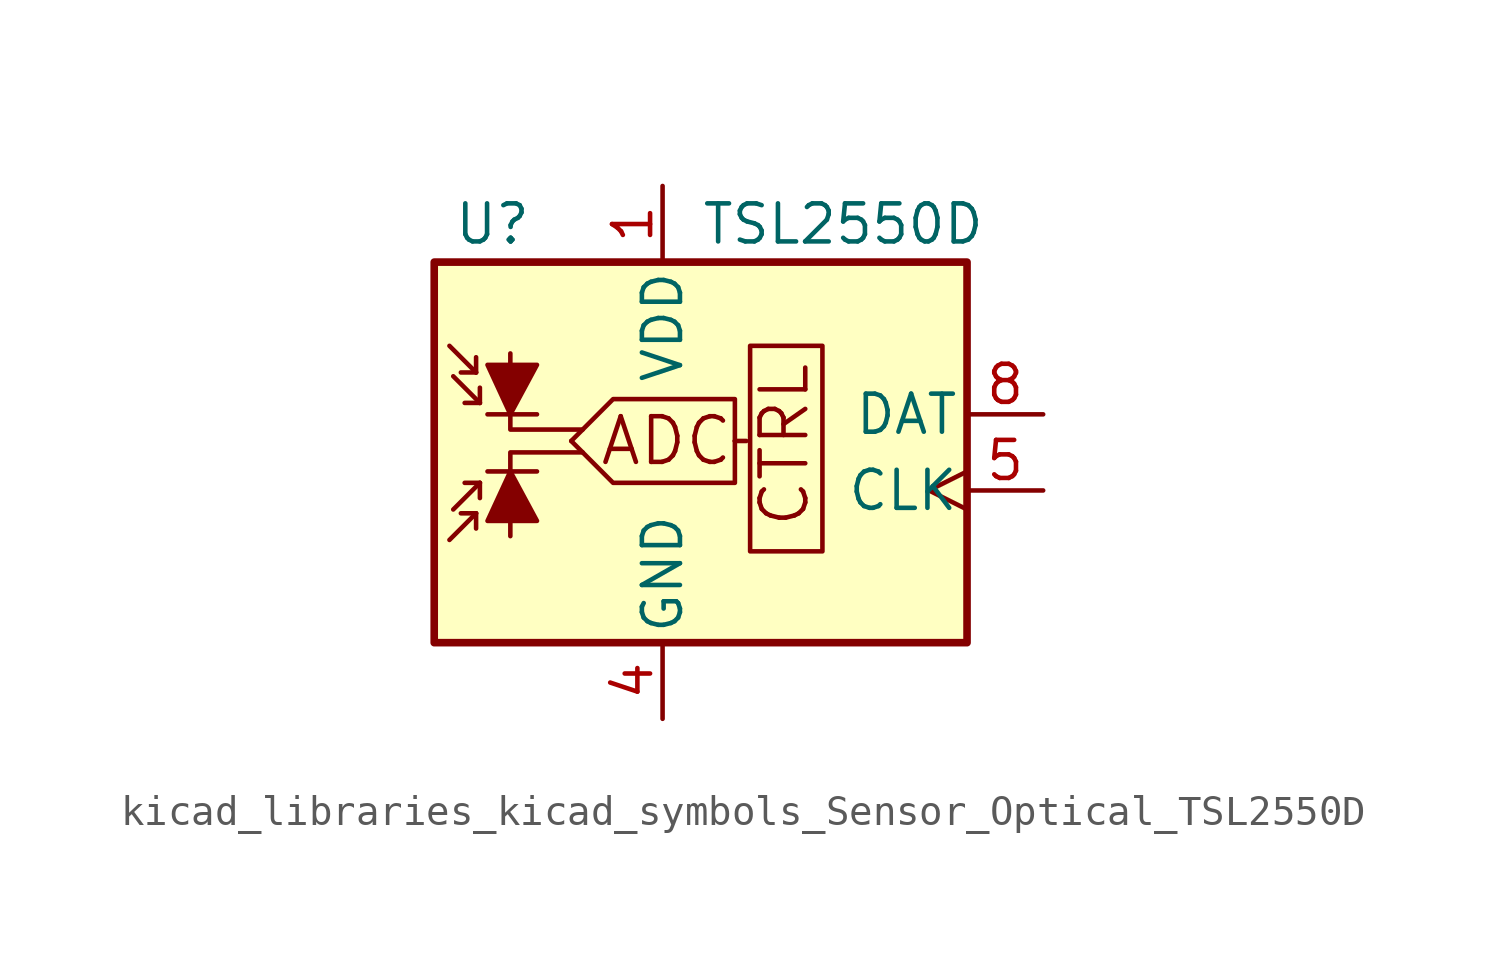
<source format=kicad_sym>
(kicad_symbol_lib
  (version 20220914)
  (generator kicad_symbol_editor)
  (symbol "kicad_libraries_kicad_symbols_Sensor_Optical_TSL2550D"
    (pin_names
      (offset 0.254))
    (property "Reference" "U"
      (at -6.985 6.35 0)
      (effects (font (size 1.27 1.27)) (justify left)))
    (property "Value" "TSL2550D"
      (at 1.27 6.35 0)
      (effects (font (size 1.27 1.27)) (justify left)))
    (symbol "kicad_libraries_kicad_symbols_Sensor_Optical_TSL2550D_0_0"
      (polyline (pts (xy 2.413 -0.889) (xy 2.794 -0.889)) (stroke (width 0) (type default)) (fill (type none)))
      (polyline (pts (xy -5.08 -4.064) (xy -5.08 -1.27) (xy -2.667 -1.27)) (stroke (width 0) (type default)) (fill (type none)))
      (polyline (pts (xy -5.08 2.032) (xy -5.08 -0.508) (xy -2.667 -0.508)) (stroke (width 0) (type default)) (fill (type none)))
      (polyline (pts (xy -3.048 -0.889) (xy -1.651 -2.286) (xy 2.413 -2.286) (xy 2.413 -0.889)) (stroke (width 0) (type default)) (fill (type none)))
      (polyline (pts (xy -3.048 -0.889) (xy -1.651 0.508) (xy 2.413 0.508) (xy 2.413 -0.889)) (stroke (width 0) (type default)) (fill (type none)))
      (rectangle (start 2.921 2.286) (end 5.334 -4.572) (stroke (width 0) (type default)) (fill (type none)))
      (text "ADC" (at 0.127 -0.889 0) (effects (font (size 1.524 1.524))))
      (text "CTRL" (at 4.064 -1.016 900) (effects (font (size 1.524 1.524)))))
    (symbol "kicad_libraries_kicad_symbols_Sensor_Optical_TSL2550D_0_1"
      (polyline (pts (xy -6.223 -3.302) (xy -7.112 -4.191)) (stroke (width 0) (type default)) (fill (type none)))
      (polyline (pts (xy -6.223 -3.302) (xy -6.731 -3.302)) (stroke (width 0) (type default)) (fill (type none)))
      (polyline (pts (xy -6.223 -3.302) (xy -6.223 -3.81)) (stroke (width 0) (type default)) (fill (type none)))
      (polyline (pts (xy -6.223 1.397) (xy -7.112 2.286)) (stroke (width 0) (type default)) (fill (type none)))
      (polyline (pts (xy -6.223 1.397) (xy -6.731 1.397)) (stroke (width 0) (type default)) (fill (type none)))
      (polyline (pts (xy -6.223 1.397) (xy -6.223 1.905)) (stroke (width 0) (type default)) (fill (type none)))
      (polyline (pts (xy -6.096 -2.286) (xy -6.985 -3.175)) (stroke (width 0) (type default)) (fill (type none)))
      (polyline (pts (xy -6.096 -2.286) (xy -6.604 -2.286)) (stroke (width 0) (type default)) (fill (type none)))
      (polyline (pts (xy -6.096 -2.286) (xy -6.096 -2.794)) (stroke (width 0) (type default)) (fill (type none)))
      (polyline (pts (xy -6.096 0.381) (xy -6.985 1.27)) (stroke (width 0) (type default)) (fill (type none)))
      (polyline (pts (xy -6.096 0.381) (xy -6.604 0.381)) (stroke (width 0) (type default)) (fill (type none)))
      (polyline (pts (xy -6.096 0.381) (xy -6.096 0.889)) (stroke (width 0) (type default)) (fill (type none)))
      (polyline (pts (xy -5.842 -1.905) (xy -4.191 -1.905)) (stroke (width 0) (type default)) (fill (type none)))
      (polyline (pts (xy -5.842 0) (xy -4.191 0)) (stroke (width 0) (type default)) (fill (type none)))
      (polyline (pts (xy -5.842 -3.556) (xy -4.191 -3.556) (xy -5.08 -1.905) (xy -5.842 -3.556)) (stroke (width 0) (type default)) (fill (type outline)))
      (polyline (pts (xy -5.842 1.651) (xy -4.191 1.651) (xy -5.08 0) (xy -5.842 1.651)) (stroke (width 0) (type default)) (fill (type outline)))
      (rectangle (start 10.16 5.08) (end -7.62 -7.62) (stroke (width 0.254) (type default)) (fill (type background))))
    (symbol "kicad_libraries_kicad_symbols_Sensor_Optical_TSL2550D_1_1"
      (pin power_in line (at 0 7.62 270) (length 2.54) (name "VDD" (effects (font (size 1.27 1.27)))) (number "1" (effects (font (size 1.27 1.27)))))
      (pin no_connect line (at -7.62 2.54 0) (length 2.54) hide (name "NC" (effects (font (size 1.27 1.27)))) (number "2" (effects (font (size 1.27 1.27)))))
      (pin no_connect line (at -7.62 0 0) (length 2.54) hide (name "NC" (effects (font (size 1.27 1.27)))) (number "3" (effects (font (size 1.27 1.27)))))
      (pin power_in line (at 0 -10.16 90) (length 2.54) (name "GND" (effects (font (size 1.27 1.27)))) (number "4" (effects (font (size 1.27 1.27)))))
      (pin input clock (at 12.7 -2.54 180) (length 2.54) (name "CLK" (effects (font (size 1.27 1.27)))) (number "5" (effects (font (size 1.27 1.27)))))
      (pin no_connect line (at -7.62 -2.54 0) (length 2.54) hide (name "NC" (effects (font (size 1.27 1.27)))) (number "6" (effects (font (size 1.27 1.27)))))
      (pin no_connect line (at -7.62 -5.08 0) (length 2.54) hide (name "NC" (effects (font (size 1.27 1.27)))) (number "7" (effects (font (size 1.27 1.27)))))
      (pin bidirectional line (at 12.7 0 180) (length 2.54) (name "DAT" (effects (font (size 1.27 1.27)))) (number "8" (effects (font (size 1.27 1.27))))))))
</source>
